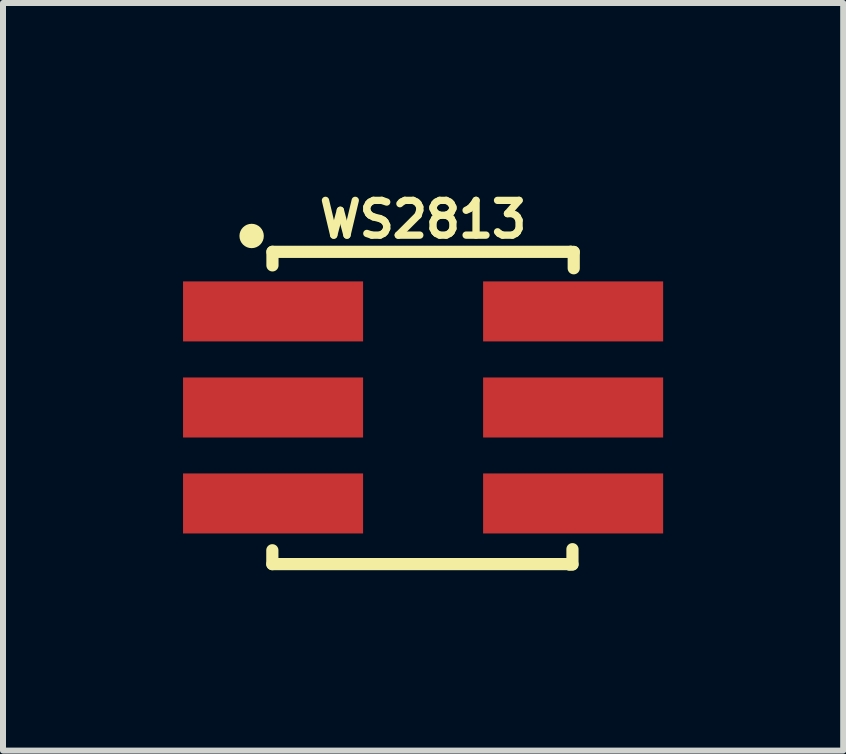
<source format=kicad_pcb>
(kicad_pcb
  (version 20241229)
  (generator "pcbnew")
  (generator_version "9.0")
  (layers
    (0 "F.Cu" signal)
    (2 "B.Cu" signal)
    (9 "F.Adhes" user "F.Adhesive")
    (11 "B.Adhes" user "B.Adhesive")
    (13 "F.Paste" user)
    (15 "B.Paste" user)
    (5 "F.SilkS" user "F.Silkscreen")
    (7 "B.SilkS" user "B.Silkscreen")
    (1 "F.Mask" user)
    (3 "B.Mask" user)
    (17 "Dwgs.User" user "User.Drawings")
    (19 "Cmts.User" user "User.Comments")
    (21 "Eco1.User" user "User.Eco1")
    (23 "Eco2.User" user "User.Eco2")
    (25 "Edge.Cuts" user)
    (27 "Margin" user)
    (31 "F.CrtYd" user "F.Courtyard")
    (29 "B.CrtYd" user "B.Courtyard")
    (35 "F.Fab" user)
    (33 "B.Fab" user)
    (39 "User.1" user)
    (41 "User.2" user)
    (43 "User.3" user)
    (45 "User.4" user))
  (footprint "WS2813"
    (layer "F.Cu")
    (at 4 3.739)
    (property "Reference" "WS2813" (at 0 -2.794 0) (layer "F.SilkS") (effects (font (size 0.579 0.579) (thickness 0.122)) (justify bottom)))
    (attr through_hole)
    (fp_line (start -2.512 2.611) (end -2.512 2.38) (stroke (width 0.203) (type solid)) (layer "F.SilkS"))
    (fp_line (start -2.51 -2.593) (end -2.51 -2.367) (stroke (width 0.203) (type solid)) (layer "F.SilkS"))
    (fp_line (start 2.438 2.611) (end -2.512 2.611) (stroke (width 0.203) (type solid)) (layer "F.SilkS"))
    (fp_line (start 2.438 2.616) (end 2.438 2.611) (stroke (width 0.203) (type solid)) (layer "F.SilkS"))
    (fp_line (start 2.459 -2.593) (end -2.51 -2.593) (stroke (width 0.203) (type solid)) (layer "F.SilkS"))
    (fp_line (start 2.459 -2.591) (end 2.459 -2.593) (stroke (width 0.203) (type solid)) (layer "F.SilkS"))
    (fp_line (start 2.489 2.362) (end 2.489 2.616) (stroke (width 0.203) (type solid)) (layer "F.SilkS"))
    (fp_line (start 2.489 2.616) (end 2.438 2.616) (stroke (width 0.203) (type solid)) (layer "F.SilkS"))
    (fp_line (start 2.51 -2.591) (end 2.459 -2.591) (stroke (width 0.203) (type solid)) (layer "F.SilkS"))
    (fp_line (start 2.51 -2.319) (end 2.51 -2.591) (stroke (width 0.203) (type solid)) (layer "F.SilkS"))
    (fp_circle (center -2.857 -2.857) (end -2.654 -2.857) (stroke (width 0) (type solid)) (fill yes) (layer "F.SilkS"))
    (pad "1" smd rect (at 2.5 1.6 180) (size 3 1) (layers "F.Cu" "F.Mask" "F.Paste"))
    (pad "2" smd rect (at 2.5 0.001 180) (size 3 1) (layers "F.Cu" "F.Mask" "F.Paste"))
    (pad "3" smd rect (at 2.5 -1.6 180) (size 3 1) (layers "F.Cu" "F.Mask" "F.Paste"))
    (pad "4" smd rect (at -2.5 -1.6 180) (size 3 1) (layers "F.Cu" "F.Mask" "F.Paste"))
    (pad "5" smd rect (at -2.5 0.001 180) (size 3 1) (layers "F.Cu" "F.Mask" "F.Paste"))
    (pad "6" smd rect (at -2.5 1.6 180) (size 3 1) (layers "F.Cu" "F.Mask" "F.Paste")))
  (gr_rect
    (start -3 -3)
    (end 11 9.457)
    (stroke (width 0.1) (type default))
    (fill no)
    (layer "Edge.Cuts")))
</source>
